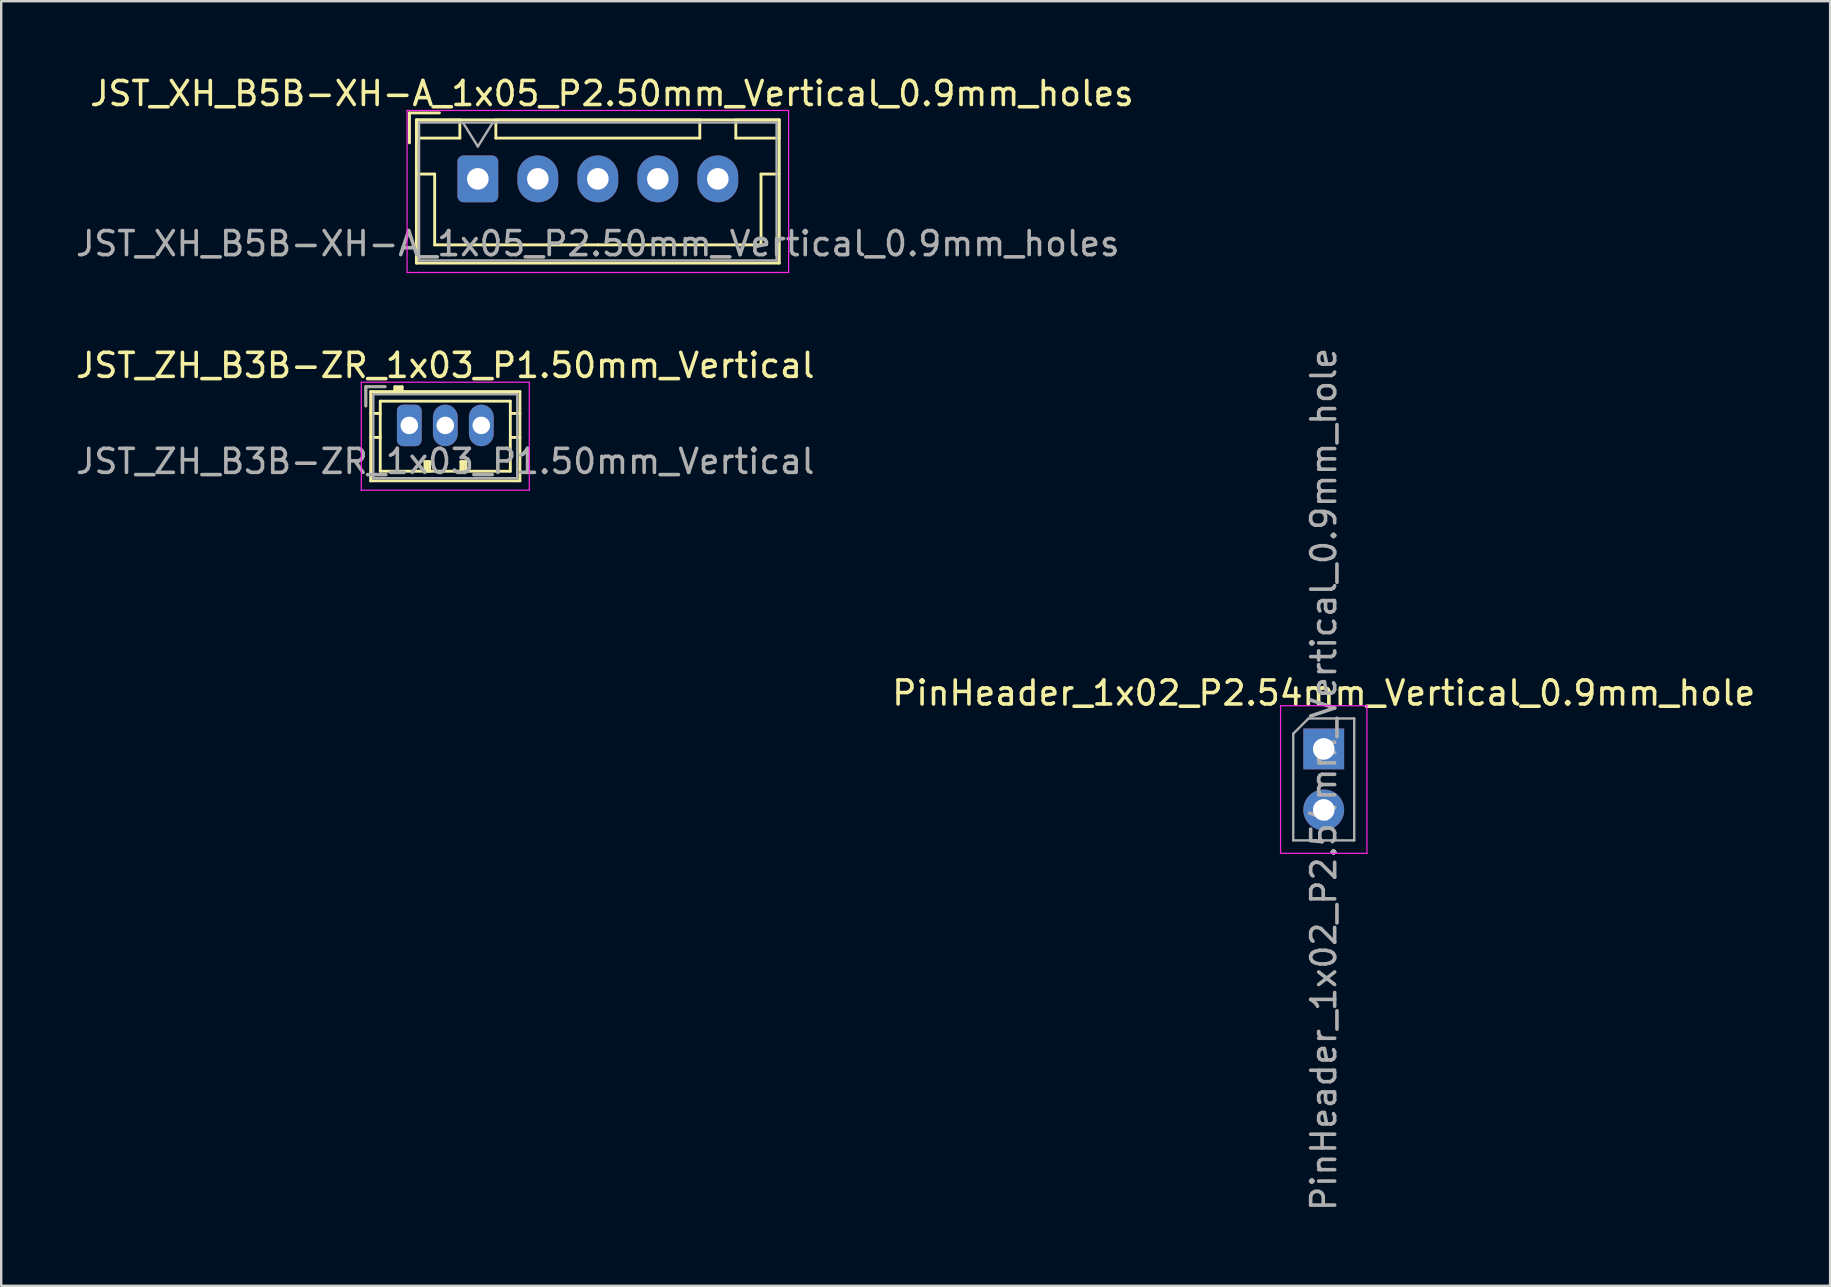
<source format=kicad_pcb>
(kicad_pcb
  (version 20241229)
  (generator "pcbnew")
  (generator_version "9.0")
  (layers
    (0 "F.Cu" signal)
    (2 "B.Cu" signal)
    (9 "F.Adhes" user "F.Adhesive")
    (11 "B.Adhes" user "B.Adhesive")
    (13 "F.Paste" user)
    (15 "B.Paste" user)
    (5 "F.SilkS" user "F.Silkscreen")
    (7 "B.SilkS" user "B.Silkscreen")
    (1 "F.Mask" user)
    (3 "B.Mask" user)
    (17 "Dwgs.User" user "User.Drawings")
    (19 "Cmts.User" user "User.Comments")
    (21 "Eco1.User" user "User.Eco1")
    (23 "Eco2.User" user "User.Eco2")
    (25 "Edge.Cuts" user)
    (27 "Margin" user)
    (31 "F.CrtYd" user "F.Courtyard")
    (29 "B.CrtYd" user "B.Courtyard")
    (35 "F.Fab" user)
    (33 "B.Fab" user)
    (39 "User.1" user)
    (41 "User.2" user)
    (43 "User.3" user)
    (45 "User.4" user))
  (footprint "JST_ZH_B3B-ZR_1x03_P1.50mm_Vertical"
    (layer "F.Cu")
    (at 14.006 14.678)
    (property "Reference" "JST_ZH_B3B-ZR_1x03_P1.50mm_Vertical" (at 1.5 -2.5 0) (layer "F.SilkS") (effects (font (size 1 1) (thickness 0.15))))
    (attr through_hole)
    (fp_line (start -1.81 -1.61) (end -1.81 -0.81) (stroke (width 0.12) (type solid)) (layer "F.SilkS"))
    (fp_line (start -1.61 -1.41) (end -1.61 2.31) (stroke (width 0.12) (type solid)) (layer "F.SilkS"))
    (fp_line (start -1.61 -0.5) (end -1.21 -0.5) (stroke (width 0.12) (type solid)) (layer "F.SilkS"))
    (fp_line (start -1.61 0.5) (end -1.21 0.5) (stroke (width 0.12) (type solid)) (layer "F.SilkS"))
    (fp_line (start -1.61 2.31) (end 4.61 2.31) (stroke (width 0.12) (type solid)) (layer "F.SilkS"))
    (fp_line (start -1.21 -1.01) (end -1.21 1.91) (stroke (width 0.12) (type solid)) (layer "F.SilkS"))
    (fp_line (start -1.21 1.91) (end 4.21 1.91) (stroke (width 0.12) (type solid)) (layer "F.SilkS"))
    (fp_line (start -1.01 -1.61) (end -1.81 -1.61) (stroke (width 0.12) (type solid)) (layer "F.SilkS"))
    (fp_line (start -0.6 -1.61) (end -0.6 -1.41) (stroke (width 0.12) (type solid)) (layer "F.SilkS"))
    (fp_line (start -0.3 -1.61) (end -0.6 -1.61) (stroke (width 0.12) (type solid)) (layer "F.SilkS"))
    (fp_line (start -0.3 -1.51) (end -0.6 -1.51) (stroke (width 0.12) (type solid)) (layer "F.SilkS"))
    (fp_line (start -0.3 -1.41) (end -0.3 -1.61) (stroke (width 0.12) (type solid)) (layer "F.SilkS"))
    (fp_line (start 0.65 1.51) (end 0.85 1.51) (stroke (width 0.12) (type solid)) (layer "F.SilkS"))
    (fp_line (start 0.65 1.91) (end 0.65 1.51) (stroke (width 0.12) (type solid)) (layer "F.SilkS"))
    (fp_line (start 0.75 1.91) (end 0.75 1.51) (stroke (width 0.12) (type solid)) (layer "F.SilkS"))
    (fp_line (start 0.85 1.51) (end 0.85 1.91) (stroke (width 0.12) (type solid)) (layer "F.SilkS"))
    (fp_line (start 2.15 1.51) (end 2.35 1.51) (stroke (width 0.12) (type solid)) (layer "F.SilkS"))
    (fp_line (start 2.15 1.91) (end 2.15 1.51) (stroke (width 0.12) (type solid)) (layer "F.SilkS"))
    (fp_line (start 2.25 1.91) (end 2.25 1.51) (stroke (width 0.12) (type solid)) (layer "F.SilkS"))
    (fp_line (start 2.35 1.51) (end 2.35 1.91) (stroke (width 0.12) (type solid)) (layer "F.SilkS"))
    (fp_line (start 4.21 -1.01) (end -1.21 -1.01) (stroke (width 0.12) (type solid)) (layer "F.SilkS"))
    (fp_line (start 4.21 1.91) (end 4.21 -1.01) (stroke (width 0.12) (type solid)) (layer "F.SilkS"))
    (fp_line (start 4.61 -1.41) (end -1.61 -1.41) (stroke (width 0.12) (type solid)) (layer "F.SilkS"))
    (fp_line (start 4.61 -0.5) (end 4.21 -0.5) (stroke (width 0.12) (type solid)) (layer "F.SilkS"))
    (fp_line (start 4.61 0.5) (end 4.21 0.5) (stroke (width 0.12) (type solid)) (layer "F.SilkS"))
    (fp_line (start 4.61 2.31) (end 4.61 -1.41) (stroke (width 0.12) (type solid)) (layer "F.SilkS"))
    (fp_line (start -2 -1.8) (end -2 2.7) (stroke (width 0.05) (type solid)) (layer "F.CrtYd"))
    (fp_line (start -2 2.7) (end 5 2.7) (stroke (width 0.05) (type solid)) (layer "F.CrtYd"))
    (fp_line (start 5 -1.8) (end -2 -1.8) (stroke (width 0.05) (type solid)) (layer "F.CrtYd"))
    (fp_line (start 5 2.7) (end 5 -1.8) (stroke (width 0.05) (type solid)) (layer "F.CrtYd"))
    (fp_line (start -1.81 -1.61) (end -1.81 -0.81) (stroke (width 0.1) (type solid)) (layer "F.Fab"))
    (fp_line (start -1.5 -1.3) (end -1.5 2.2) (stroke (width 0.1) (type solid)) (layer "F.Fab"))
    (fp_line (start -1.5 2.2) (end 4.5 2.2) (stroke (width 0.1) (type solid)) (layer "F.Fab"))
    (fp_line (start -1.01 -1.61) (end -1.81 -1.61) (stroke (width 0.1) (type solid)) (layer "F.Fab"))
    (fp_line (start 4.5 -1.3) (end -1.5 -1.3) (stroke (width 0.1) (type solid)) (layer "F.Fab"))
    (fp_line (start 4.5 2.2) (end 4.5 -1.3) (stroke (width 0.1) (type solid)) (layer "F.Fab"))
    (fp_text user "${REFERENCE}" (at 1.5 1.5 0) (layer "F.Fab") (effects (font (size 1 1) (thickness 0.15))))
    (pad "1" thru_hole roundrect (at 0 0) (size 1.03 1.73) (drill 0.73) (layers "*.Cu" "*.Mask") (roundrect_rratio 0.243))
    (pad "2" thru_hole oval (at 1.5 0) (size 1.03 1.73) (drill 0.73) (layers "*.Cu" "*.Mask"))
    (pad "3" thru_hole oval (at 3 0) (size 1.03 1.73) (drill 0.73) (layers "*.Cu" "*.Mask")))
  (footprint "PinHeader_1x02_P2.54mm_Vertical_0.9mm_hole"
    (layer "F.Cu")
    (at 52.113 28.16)
    (property "Reference" "PinHeader_1x02_P2.54mm_Vertical_0.9mm_hole" (at 0 -2.33 0) (layer "F.SilkS") (effects (font (size 1 1) (thickness 0.15))))
    (attr through_hole)
    (fp_line (start -1.8 -1.8) (end -1.8 4.35) (stroke (width 0.05) (type solid)) (layer "F.CrtYd"))
    (fp_line (start -1.8 4.35) (end 1.8 4.35) (stroke (width 0.05) (type solid)) (layer "F.CrtYd"))
    (fp_line (start 1.8 -1.8) (end -1.8 -1.8) (stroke (width 0.05) (type solid)) (layer "F.CrtYd"))
    (fp_line (start 1.8 4.35) (end 1.8 -1.8) (stroke (width 0.05) (type solid)) (layer "F.CrtYd"))
    (fp_line (start -1.27 -0.635) (end -0.635 -1.27) (stroke (width 0.1) (type solid)) (layer "F.Fab"))
    (fp_line (start -1.27 3.81) (end -1.27 -0.635) (stroke (width 0.1) (type solid)) (layer "F.Fab"))
    (fp_line (start -0.635 -1.27) (end 1.27 -1.27) (stroke (width 0.1) (type solid)) (layer "F.Fab"))
    (fp_line (start 1.27 -1.27) (end 1.27 3.81) (stroke (width 0.1) (type solid)) (layer "F.Fab"))
    (fp_line (start 1.27 3.81) (end -1.27 3.81) (stroke (width 0.1) (type solid)) (layer "F.Fab"))
    (fp_text user "${REFERENCE}" (at 0 1.27 90) (layer "F.Fab") (effects (font (size 1 1) (thickness 0.15))))
    (pad "1" thru_hole rect (at 0 0) (size 1.7 1.7) (drill 0.9) (layers "*.Cu" "*.Mask"))
    (pad "2" thru_hole oval (at 0 2.54) (size 1.7 1.7) (drill 0.9) (layers "*.Cu" "*.Mask")))
  (footprint "JST_XH_B5B-XH-A_1x05_P2.50mm_Vertical_0.9mm_holes"
    (layer "F.Cu")
    (at 16.863 4.404)
    (property "Reference" "JST_XH_B5B-XH-A_1x05_P2.50mm_Vertical_0.9mm_holes" (at 5.588 -3.556 0) (layer "F.SilkS") (effects (font (size 1 1) (thickness 0.15))))
    (attr through_hole)
    (fp_line (start -2.85 -2.75) (end -2.85 -1.5) (stroke (width 0.12) (type solid)) (layer "F.SilkS"))
    (fp_line (start -2.56 -2.46) (end -2.56 3.51) (stroke (width 0.12) (type solid)) (layer "F.SilkS"))
    (fp_line (start -2.56 3.51) (end 12.56 3.51) (stroke (width 0.12) (type solid)) (layer "F.SilkS"))
    (fp_line (start -2.55 -2.45) (end -2.55 -1.7) (stroke (width 0.12) (type solid)) (layer "F.SilkS"))
    (fp_line (start -2.55 -1.7) (end -0.75 -1.7) (stroke (width 0.12) (type solid)) (layer "F.SilkS"))
    (fp_line (start -2.55 -0.2) (end -1.8 -0.2) (stroke (width 0.12) (type solid)) (layer "F.SilkS"))
    (fp_line (start -1.8 -0.2) (end -1.8 2.75) (stroke (width 0.12) (type solid)) (layer "F.SilkS"))
    (fp_line (start -1.8 2.75) (end 5 2.75) (stroke (width 0.12) (type solid)) (layer "F.SilkS"))
    (fp_line (start -1.6 -2.75) (end -2.85 -2.75) (stroke (width 0.12) (type solid)) (layer "F.SilkS"))
    (fp_line (start -0.75 -2.45) (end -2.55 -2.45) (stroke (width 0.12) (type solid)) (layer "F.SilkS"))
    (fp_line (start -0.75 -1.7) (end -0.75 -2.45) (stroke (width 0.12) (type solid)) (layer "F.SilkS"))
    (fp_line (start 0.75 -2.45) (end 0.75 -1.7) (stroke (width 0.12) (type solid)) (layer "F.SilkS"))
    (fp_line (start 0.75 -1.7) (end 9.25 -1.7) (stroke (width 0.12) (type solid)) (layer "F.SilkS"))
    (fp_line (start 9.25 -2.45) (end 0.75 -2.45) (stroke (width 0.12) (type solid)) (layer "F.SilkS"))
    (fp_line (start 9.25 -1.7) (end 9.25 -2.45) (stroke (width 0.12) (type solid)) (layer "F.SilkS"))
    (fp_line (start 10.75 -2.45) (end 10.75 -1.7) (stroke (width 0.12) (type solid)) (layer "F.SilkS"))
    (fp_line (start 10.75 -1.7) (end 12.55 -1.7) (stroke (width 0.12) (type solid)) (layer "F.SilkS"))
    (fp_line (start 11.8 -0.2) (end 11.8 2.75) (stroke (width 0.12) (type solid)) (layer "F.SilkS"))
    (fp_line (start 11.8 2.75) (end 5 2.75) (stroke (width 0.12) (type solid)) (layer "F.SilkS"))
    (fp_line (start 12.55 -2.45) (end 10.75 -2.45) (stroke (width 0.12) (type solid)) (layer "F.SilkS"))
    (fp_line (start 12.55 -1.7) (end 12.55 -2.45) (stroke (width 0.12) (type solid)) (layer "F.SilkS"))
    (fp_line (start 12.55 -0.2) (end 11.8 -0.2) (stroke (width 0.12) (type solid)) (layer "F.SilkS"))
    (fp_line (start 12.56 -2.46) (end -2.56 -2.46) (stroke (width 0.12) (type solid)) (layer "F.SilkS"))
    (fp_line (start 12.56 3.51) (end 12.56 -2.46) (stroke (width 0.12) (type solid)) (layer "F.SilkS"))
    (fp_line (start -2.95 -2.85) (end -2.95 3.9) (stroke (width 0.05) (type solid)) (layer "F.CrtYd"))
    (fp_line (start -2.95 3.9) (end 12.95 3.9) (stroke (width 0.05) (type solid)) (layer "F.CrtYd"))
    (fp_line (start 12.95 -2.85) (end -2.95 -2.85) (stroke (width 0.05) (type solid)) (layer "F.CrtYd"))
    (fp_line (start 12.95 3.9) (end 12.95 -2.85) (stroke (width 0.05) (type solid)) (layer "F.CrtYd"))
    (fp_line (start -2.45 -2.35) (end -2.45 3.4) (stroke (width 0.1) (type solid)) (layer "F.Fab"))
    (fp_line (start -2.45 3.4) (end 12.45 3.4) (stroke (width 0.1) (type solid)) (layer "F.Fab"))
    (fp_line (start -0.625 -2.35) (end 0 -1.35) (stroke (width 0.1) (type solid)) (layer "F.Fab"))
    (fp_line (start 0 -1.35) (end 0.625 -2.35) (stroke (width 0.1) (type solid)) (layer "F.Fab"))
    (fp_line (start 12.45 -2.35) (end -2.45 -2.35) (stroke (width 0.1) (type solid)) (layer "F.Fab"))
    (fp_line (start 12.45 3.4) (end 12.45 -2.35) (stroke (width 0.1) (type solid)) (layer "F.Fab"))
    (fp_text user "${REFERENCE}" (at 5 2.7 0) (layer "F.Fab") (effects (font (size 1 1) (thickness 0.15))))
    (pad "1" thru_hole roundrect (at 0 0) (size 1.7 1.95) (drill 0.9) (layers "*.Cu" "*.Mask") (roundrect_rratio 0.147))
    (pad "2" thru_hole oval (at 2.5 0) (size 1.7 1.95) (drill 0.9) (layers "*.Cu" "*.Mask"))
    (pad "3" thru_hole oval (at 5 0) (size 1.7 1.95) (drill 0.9) (layers "*.Cu" "*.Mask"))
    (pad "4" thru_hole oval (at 7.5 0) (size 1.7 1.95) (drill 0.9) (layers "*.Cu" "*.Mask"))
    (pad "5" thru_hole oval (at 10 0) (size 1.7 1.95) (drill 0.9) (layers "*.Cu" "*.Mask")))
  (gr_rect
    (start -3 -3)
    (end 73.214 50.532)
    (stroke (width 0.1) (type default))
    (fill no)
    (layer "Edge.Cuts")))
</source>
